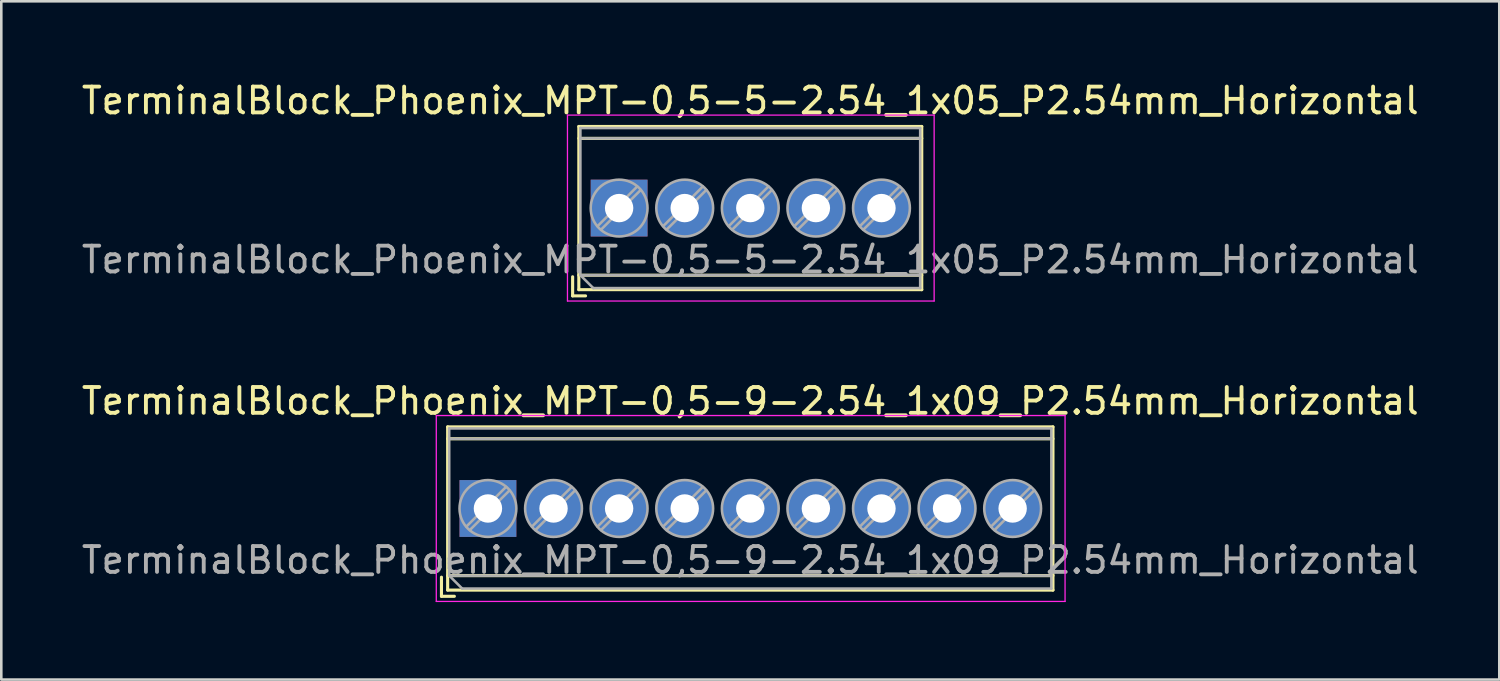
<source format=kicad_pcb>
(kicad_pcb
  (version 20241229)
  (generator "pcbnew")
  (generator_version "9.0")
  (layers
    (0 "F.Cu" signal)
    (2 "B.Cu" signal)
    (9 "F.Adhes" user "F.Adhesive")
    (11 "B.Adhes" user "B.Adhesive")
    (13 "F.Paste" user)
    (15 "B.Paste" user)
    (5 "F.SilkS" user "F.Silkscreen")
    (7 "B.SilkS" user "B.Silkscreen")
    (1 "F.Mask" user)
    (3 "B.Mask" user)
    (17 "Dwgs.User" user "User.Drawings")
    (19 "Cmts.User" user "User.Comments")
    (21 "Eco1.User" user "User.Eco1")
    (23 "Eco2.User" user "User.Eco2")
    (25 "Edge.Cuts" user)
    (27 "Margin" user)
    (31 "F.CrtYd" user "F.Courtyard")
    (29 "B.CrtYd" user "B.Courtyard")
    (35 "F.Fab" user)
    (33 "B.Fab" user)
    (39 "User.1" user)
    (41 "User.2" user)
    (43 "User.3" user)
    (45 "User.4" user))
  (footprint "TerminalBlock_Phoenix_MPT-0,5-5-2.54_1x05_P2.54mm_Horizontal"
    (layer "F.Cu")
    (at 20.926 5.008)
    (property "Reference" "TerminalBlock_Phoenix_MPT-0,5-5-2.54_1x05_P2.54mm_Horizontal" (at 5.08 -4.16 0) (layer "F.SilkS") (effects (font (size 1 1) (thickness 0.15))))
    (attr through_hole)
    (fp_line (start -1.8 2.66) (end -1.8 3.4) (stroke (width 0.12) (type solid)) (layer "F.SilkS"))
    (fp_line (start -1.8 3.4) (end -1.3 3.4) (stroke (width 0.12) (type solid)) (layer "F.SilkS"))
    (fp_line (start -1.56 -3.16) (end -1.56 3.16) (stroke (width 0.12) (type solid)) (layer "F.SilkS"))
    (fp_line (start -1.56 -3.16) (end 11.72 -3.16) (stroke (width 0.12) (type solid)) (layer "F.SilkS"))
    (fp_line (start -1.56 -2.7) (end 11.72 -2.7) (stroke (width 0.12) (type solid)) (layer "F.SilkS"))
    (fp_line (start -1.56 2.6) (end 11.72 2.6) (stroke (width 0.12) (type solid)) (layer "F.SilkS"))
    (fp_line (start -1.56 3.16) (end 11.72 3.16) (stroke (width 0.12) (type solid)) (layer "F.SilkS"))
    (fp_line (start 11.72 -3.16) (end 11.72 3.16) (stroke (width 0.12) (type solid)) (layer "F.SilkS"))
    (fp_line (start -2 -3.6) (end -2 3.6) (stroke (width 0.05) (type solid)) (layer "F.CrtYd"))
    (fp_line (start -2 3.6) (end 12.2 3.6) (stroke (width 0.05) (type solid)) (layer "F.CrtYd"))
    (fp_line (start 12.2 -3.6) (end -2 -3.6) (stroke (width 0.05) (type solid)) (layer "F.CrtYd"))
    (fp_line (start 12.2 3.6) (end 12.2 -3.6) (stroke (width 0.05) (type solid)) (layer "F.CrtYd"))
    (fp_line (start -1.5 -3.1) (end 11.66 -3.1) (stroke (width 0.1) (type solid)) (layer "F.Fab"))
    (fp_line (start -1.5 -2.7) (end 11.66 -2.7) (stroke (width 0.1) (type solid)) (layer "F.Fab"))
    (fp_line (start -1.5 2.6) (end -1.5 -3.1) (stroke (width 0.1) (type solid)) (layer "F.Fab"))
    (fp_line (start -1.5 2.6) (end 11.66 2.6) (stroke (width 0.1) (type solid)) (layer "F.Fab"))
    (fp_line (start -1 3.1) (end -1.5 2.6) (stroke (width 0.1) (type solid)) (layer "F.Fab"))
    (fp_line (start 0.701 -0.835) (end -0.835 0.7) (stroke (width 0.1) (type solid)) (layer "F.Fab"))
    (fp_line (start 0.835 -0.7) (end -0.701 0.835) (stroke (width 0.1) (type solid)) (layer "F.Fab"))
    (fp_line (start 3.241 -0.835) (end 1.706 0.7) (stroke (width 0.1) (type solid)) (layer "F.Fab"))
    (fp_line (start 3.375 -0.7) (end 1.84 0.835) (stroke (width 0.1) (type solid)) (layer "F.Fab"))
    (fp_line (start 5.781 -0.835) (end 4.246 0.7) (stroke (width 0.1) (type solid)) (layer "F.Fab"))
    (fp_line (start 5.915 -0.7) (end 4.38 0.835) (stroke (width 0.1) (type solid)) (layer "F.Fab"))
    (fp_line (start 8.321 -0.835) (end 6.786 0.7) (stroke (width 0.1) (type solid)) (layer "F.Fab"))
    (fp_line (start 8.455 -0.7) (end 6.92 0.835) (stroke (width 0.1) (type solid)) (layer "F.Fab"))
    (fp_line (start 10.861 -0.835) (end 9.326 0.7) (stroke (width 0.1) (type solid)) (layer "F.Fab"))
    (fp_line (start 10.995 -0.7) (end 9.46 0.835) (stroke (width 0.1) (type solid)) (layer "F.Fab"))
    (fp_line (start 11.66 -3.1) (end 11.66 3.1) (stroke (width 0.1) (type solid)) (layer "F.Fab"))
    (fp_line (start 11.66 3.1) (end -1 3.1) (stroke (width 0.1) (type solid)) (layer "F.Fab"))
    (fp_circle (center 0 0) (end 1.1 0) (stroke (width 0.1) (type solid)) (fill no) (layer "F.Fab"))
    (fp_circle (center 2.54 0) (end 3.64 0) (stroke (width 0.1) (type solid)) (fill no) (layer "F.Fab"))
    (fp_circle (center 5.08 0) (end 6.18 0) (stroke (width 0.1) (type solid)) (fill no) (layer "F.Fab"))
    (fp_circle (center 7.62 0) (end 8.72 0) (stroke (width 0.1) (type solid)) (fill no) (layer "F.Fab"))
    (fp_circle (center 10.16 0) (end 11.26 0) (stroke (width 0.1) (type solid)) (fill no) (layer "F.Fab"))
    (fp_text user "${REFERENCE}" (at 5.08 2 0) (layer "F.Fab") (effects (font (size 1 1) (thickness 0.15))))
    (pad "1" thru_hole rect (at 0 0) (size 2.2 2.2) (drill 1.1) (layers "*.Cu" "*.Mask"))
    (pad "2" thru_hole circle (at 2.54 0) (size 2.2 2.2) (drill 1.1) (layers "*.Cu" "*.Mask"))
    (pad "3" thru_hole circle (at 5.08 0) (size 2.2 2.2) (drill 1.1) (layers "*.Cu" "*.Mask"))
    (pad "4" thru_hole circle (at 7.62 0) (size 2.2 2.2) (drill 1.1) (layers "*.Cu" "*.Mask"))
    (pad "5" thru_hole circle (at 10.16 0) (size 2.2 2.2) (drill 1.1) (layers "*.Cu" "*.Mask")))
  (footprint "TerminalBlock_Phoenix_MPT-0,5-9-2.54_1x09_P2.54mm_Horizontal"
    (layer "F.Cu")
    (at 15.846 16.642)
    (property "Reference" "TerminalBlock_Phoenix_MPT-0,5-9-2.54_1x09_P2.54mm_Horizontal" (at 10.16 -4.16 0) (layer "F.SilkS") (effects (font (size 1 1) (thickness 0.15))))
    (attr through_hole)
    (fp_line (start -1.8 2.66) (end -1.8 3.4) (stroke (width 0.12) (type solid)) (layer "F.SilkS"))
    (fp_line (start -1.8 3.4) (end -1.3 3.4) (stroke (width 0.12) (type solid)) (layer "F.SilkS"))
    (fp_line (start -1.56 -3.16) (end -1.56 3.16) (stroke (width 0.12) (type solid)) (layer "F.SilkS"))
    (fp_line (start -1.56 -3.16) (end 21.881 -3.16) (stroke (width 0.12) (type solid)) (layer "F.SilkS"))
    (fp_line (start -1.56 -2.7) (end 21.881 -2.7) (stroke (width 0.12) (type solid)) (layer "F.SilkS"))
    (fp_line (start -1.56 2.6) (end 21.881 2.6) (stroke (width 0.12) (type solid)) (layer "F.SilkS"))
    (fp_line (start -1.56 3.16) (end 21.881 3.16) (stroke (width 0.12) (type solid)) (layer "F.SilkS"))
    (fp_line (start 21.881 -3.16) (end 21.881 3.16) (stroke (width 0.12) (type solid)) (layer "F.SilkS"))
    (fp_line (start -2 -3.6) (end -2 3.6) (stroke (width 0.05) (type solid)) (layer "F.CrtYd"))
    (fp_line (start -2 3.6) (end 22.35 3.6) (stroke (width 0.05) (type solid)) (layer "F.CrtYd"))
    (fp_line (start 22.35 -3.6) (end -2 -3.6) (stroke (width 0.05) (type solid)) (layer "F.CrtYd"))
    (fp_line (start 22.35 3.6) (end 22.35 -3.6) (stroke (width 0.05) (type solid)) (layer "F.CrtYd"))
    (fp_line (start -1.5 -3.1) (end 21.82 -3.1) (stroke (width 0.1) (type solid)) (layer "F.Fab"))
    (fp_line (start -1.5 -2.7) (end 21.82 -2.7) (stroke (width 0.1) (type solid)) (layer "F.Fab"))
    (fp_line (start -1.5 2.6) (end -1.5 -3.1) (stroke (width 0.1) (type solid)) (layer "F.Fab"))
    (fp_line (start -1.5 2.6) (end 21.82 2.6) (stroke (width 0.1) (type solid)) (layer "F.Fab"))
    (fp_line (start -1 3.1) (end -1.5 2.6) (stroke (width 0.1) (type solid)) (layer "F.Fab"))
    (fp_line (start 0.701 -0.835) (end -0.835 0.7) (stroke (width 0.1) (type solid)) (layer "F.Fab"))
    (fp_line (start 0.835 -0.7) (end -0.701 0.835) (stroke (width 0.1) (type solid)) (layer "F.Fab"))
    (fp_line (start 3.241 -0.835) (end 1.706 0.7) (stroke (width 0.1) (type solid)) (layer "F.Fab"))
    (fp_line (start 3.375 -0.7) (end 1.84 0.835) (stroke (width 0.1) (type solid)) (layer "F.Fab"))
    (fp_line (start 5.781 -0.835) (end 4.246 0.7) (stroke (width 0.1) (type solid)) (layer "F.Fab"))
    (fp_line (start 5.915 -0.7) (end 4.38 0.835) (stroke (width 0.1) (type solid)) (layer "F.Fab"))
    (fp_line (start 8.321 -0.835) (end 6.786 0.7) (stroke (width 0.1) (type solid)) (layer "F.Fab"))
    (fp_line (start 8.455 -0.7) (end 6.92 0.835) (stroke (width 0.1) (type solid)) (layer "F.Fab"))
    (fp_line (start 10.861 -0.835) (end 9.326 0.7) (stroke (width 0.1) (type solid)) (layer "F.Fab"))
    (fp_line (start 10.995 -0.7) (end 9.46 0.835) (stroke (width 0.1) (type solid)) (layer "F.Fab"))
    (fp_line (start 13.401 -0.835) (end 11.866 0.7) (stroke (width 0.1) (type solid)) (layer "F.Fab"))
    (fp_line (start 13.535 -0.7) (end 12 0.835) (stroke (width 0.1) (type solid)) (layer "F.Fab"))
    (fp_line (start 15.941 -0.835) (end 14.406 0.7) (stroke (width 0.1) (type solid)) (layer "F.Fab"))
    (fp_line (start 16.075 -0.7) (end 14.54 0.835) (stroke (width 0.1) (type solid)) (layer "F.Fab"))
    (fp_line (start 18.481 -0.835) (end 16.946 0.7) (stroke (width 0.1) (type solid)) (layer "F.Fab"))
    (fp_line (start 18.615 -0.7) (end 17.08 0.835) (stroke (width 0.1) (type solid)) (layer "F.Fab"))
    (fp_line (start 21.021 -0.835) (end 19.486 0.7) (stroke (width 0.1) (type solid)) (layer "F.Fab"))
    (fp_line (start 21.155 -0.7) (end 19.62 0.835) (stroke (width 0.1) (type solid)) (layer "F.Fab"))
    (fp_line (start 21.82 -3.1) (end 21.82 3.1) (stroke (width 0.1) (type solid)) (layer "F.Fab"))
    (fp_line (start 21.82 3.1) (end -1 3.1) (stroke (width 0.1) (type solid)) (layer "F.Fab"))
    (fp_circle (center 0 0) (end 1.1 0) (stroke (width 0.1) (type solid)) (fill no) (layer "F.Fab"))
    (fp_circle (center 2.54 0) (end 3.64 0) (stroke (width 0.1) (type solid)) (fill no) (layer "F.Fab"))
    (fp_circle (center 5.08 0) (end 6.18 0) (stroke (width 0.1) (type solid)) (fill no) (layer "F.Fab"))
    (fp_circle (center 7.62 0) (end 8.72 0) (stroke (width 0.1) (type solid)) (fill no) (layer "F.Fab"))
    (fp_circle (center 10.16 0) (end 11.26 0) (stroke (width 0.1) (type solid)) (fill no) (layer "F.Fab"))
    (fp_circle (center 12.7 0) (end 13.8 0) (stroke (width 0.1) (type solid)) (fill no) (layer "F.Fab"))
    (fp_circle (center 15.24 0) (end 16.34 0) (stroke (width 0.1) (type solid)) (fill no) (layer "F.Fab"))
    (fp_circle (center 17.78 0) (end 18.88 0) (stroke (width 0.1) (type solid)) (fill no) (layer "F.Fab"))
    (fp_circle (center 20.32 0) (end 21.42 0) (stroke (width 0.1) (type solid)) (fill no) (layer "F.Fab"))
    (fp_text user "${REFERENCE}" (at 10.16 2 0) (layer "F.Fab") (effects (font (size 1 1) (thickness 0.15))))
    (pad "1" thru_hole rect (at 0 0) (size 2.2 2.2) (drill 1.1) (layers "*.Cu" "*.Mask"))
    (pad "2" thru_hole circle (at 2.54 0) (size 2.2 2.2) (drill 1.1) (layers "*.Cu" "*.Mask"))
    (pad "3" thru_hole circle (at 5.08 0) (size 2.2 2.2) (drill 1.1) (layers "*.Cu" "*.Mask"))
    (pad "4" thru_hole circle (at 7.62 0) (size 2.2 2.2) (drill 1.1) (layers "*.Cu" "*.Mask"))
    (pad "5" thru_hole circle (at 10.16 0) (size 2.2 2.2) (drill 1.1) (layers "*.Cu" "*.Mask"))
    (pad "6" thru_hole circle (at 12.7 0) (size 2.2 2.2) (drill 1.1) (layers "*.Cu" "*.Mask"))
    (pad "7" thru_hole circle (at 15.24 0) (size 2.2 2.2) (drill 1.1) (layers "*.Cu" "*.Mask"))
    (pad "8" thru_hole circle (at 17.78 0) (size 2.2 2.2) (drill 1.1) (layers "*.Cu" "*.Mask"))
    (pad "9" thru_hole circle (at 20.32 0) (size 2.2 2.2) (drill 1.1) (layers "*.Cu" "*.Mask")))
  (gr_rect
    (start -3 -3)
    (end 55.012 23.267)
    (stroke (width 0.1) (type default))
    (fill no)
    (layer "Edge.Cuts")))
</source>
